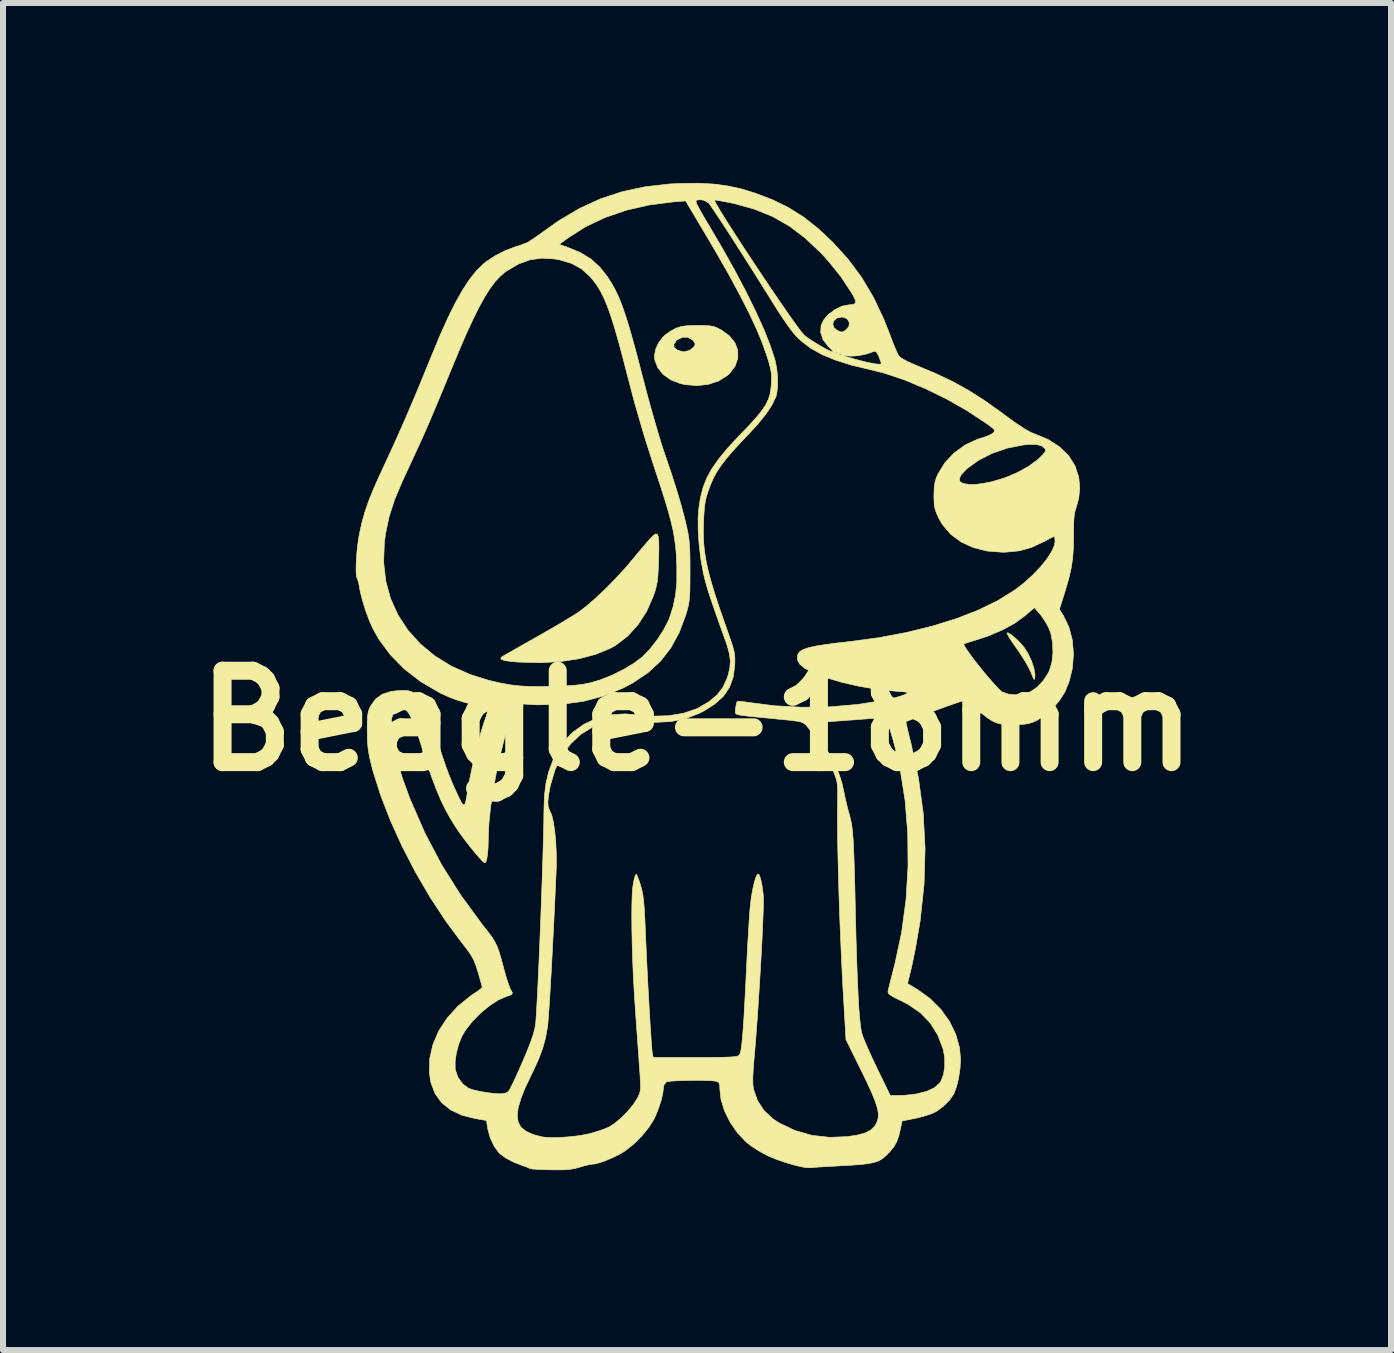
<source format=kicad_pcb>
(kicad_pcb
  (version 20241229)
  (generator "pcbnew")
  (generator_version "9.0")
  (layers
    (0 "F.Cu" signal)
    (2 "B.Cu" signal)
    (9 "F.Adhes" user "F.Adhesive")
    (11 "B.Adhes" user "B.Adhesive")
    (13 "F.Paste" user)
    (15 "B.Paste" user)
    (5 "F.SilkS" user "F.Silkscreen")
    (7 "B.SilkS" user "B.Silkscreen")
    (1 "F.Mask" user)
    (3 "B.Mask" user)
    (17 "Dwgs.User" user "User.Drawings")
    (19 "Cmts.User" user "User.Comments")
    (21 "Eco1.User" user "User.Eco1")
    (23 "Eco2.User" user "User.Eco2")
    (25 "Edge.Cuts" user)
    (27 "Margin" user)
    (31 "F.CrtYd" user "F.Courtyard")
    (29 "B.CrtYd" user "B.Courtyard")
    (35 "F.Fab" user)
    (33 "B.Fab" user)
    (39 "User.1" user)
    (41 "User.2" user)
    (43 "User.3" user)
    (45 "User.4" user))
  (footprint "Beagle-18mm"
    (layer "F.Cu")
    (at 8.571 8.967)
    (property "Reference" "Beagle-18mm" (at 0 0 0) (layer "F.SilkS") (effects (font (size 1.524 1.524) (thickness 0.3))))
    (attr through_hole)
    (fp_poly (pts (xy 5.195 -1.462) (xy 5.247 -1.428) (xy 5.312 -1.373) (xy 5.382 -1.306) (xy 5.444 -1.235) (xy 5.453 -1.224) (xy 5.52 -1.118) (xy 5.577 -0.996) (xy 5.617 -0.875) (xy 5.634 -0.771) (xy 5.634 -0.743) (xy 5.629 -0.699) (xy 5.621 -0.687) (xy 5.606 -0.713) (xy 5.578 -0.78) (xy 5.569 -0.805) (xy 5.53 -0.886) (xy 5.469 -0.993) (xy 5.395 -1.11) (xy 5.332 -1.202) (xy 5.263 -1.299) (xy 5.21 -1.381) (xy 5.176 -1.44) (xy 5.167 -1.467) (xy 5.167 -1.467) (xy 5.195 -1.462)) (stroke (width 0.01) (type solid)) (fill yes) (layer "F.SilkS"))
    (fp_poly (pts (xy -0.664 -3.111) (xy -0.647 -3.073) (xy -0.638 -2.997) (xy -0.636 -2.878) (xy -0.639 -2.714) (xy -0.64 -2.688) (xy -0.646 -2.532) (xy -0.653 -2.413) (xy -0.663 -2.32) (xy -0.679 -2.24) (xy -0.701 -2.159) (xy -0.728 -2.08) (xy -0.838 -1.828) (xy -0.982 -1.604) (xy -1.155 -1.413) (xy -1.351 -1.262) (xy -1.447 -1.207) (xy -1.689 -1.108) (xy -1.969 -1.034) (xy -2.279 -0.987) (xy -2.612 -0.968) (xy -2.962 -0.978) (xy -3.09 -0.988) (xy -3.201 -1.003) (xy -3.261 -1.023) (xy -3.273 -1.047) (xy -3.25 -1.068) (xy -3.219 -1.087) (xy -3.149 -1.127) (xy -3.048 -1.184) (xy -2.923 -1.256) (xy -2.779 -1.337) (xy -2.667 -1.4) (xy -2.505 -1.493) (xy -2.347 -1.584) (xy -2.203 -1.67) (xy -2.081 -1.744) (xy -1.99 -1.801) (xy -1.956 -1.825) (xy -1.827 -1.925) (xy -1.677 -2.057) (xy -1.515 -2.21) (xy -1.353 -2.376) (xy -1.198 -2.544) (xy -1.084 -2.679) (xy -0.995 -2.786) (xy -0.908 -2.889) (xy -0.834 -2.976) (xy -0.783 -3.034) (xy -0.73 -3.088) (xy -0.691 -3.114) (xy -0.664 -3.111)) (stroke (width 0.01) (type solid)) (fill yes) (layer "F.SilkS"))
    (fp_poly (pts (xy 0.123 -6.59) (xy 0.209 -6.585) (xy 0.274 -6.574) (xy 0.331 -6.553) (xy 0.395 -6.52) (xy 0.405 -6.515) (xy 0.54 -6.417) (xy 0.632 -6.302) (xy 0.679 -6.176) (xy 0.68 -6.045) (xy 0.636 -5.915) (xy 0.544 -5.792) (xy 0.506 -5.757) (xy 0.363 -5.667) (xy 0.192 -5.61) (xy 0.002 -5.588) (xy -0.196 -5.604) (xy -0.284 -5.624) (xy -0.439 -5.685) (xy -0.564 -5.774) (xy -0.654 -5.886) (xy -0.703 -6.012) (xy -0.71 -6.083) (xy -0.69 -6.194) (xy -0.652 -6.276) (xy -0.387 -6.276) (xy -0.381 -6.223) (xy -0.325 -6.178) (xy -0.322 -6.177) (xy -0.223 -6.15) (xy -0.133 -6.173) (xy -0.092 -6.199) (xy -0.04 -6.248) (xy -0.031 -6.289) (xy -0.063 -6.336) (xy -0.076 -6.35) (xy -0.152 -6.394) (xy -0.24 -6.395) (xy -0.324 -6.356) (xy -0.344 -6.339) (xy -0.387 -6.276) (xy -0.652 -6.276) (xy -0.637 -6.308) (xy -0.562 -6.404) (xy -0.53 -6.433) (xy -0.433 -6.501) (xy -0.349 -6.546) (xy -0.262 -6.574) (xy -0.158 -6.587) (xy -0.021 -6.591) (xy 0 -6.591) (xy 0.123 -6.59)) (stroke (width 0.01) (type solid)) (fill yes) (layer "F.SilkS"))
    (fp_poly (pts (xy 0.269 -8.949) (xy 0.497 -8.92) (xy 0.719 -8.873) (xy 0.948 -8.804) (xy 0.955 -8.802) (xy 1.256 -8.688) (xy 1.525 -8.556) (xy 1.775 -8.399) (xy 2.018 -8.208) (xy 2.262 -7.978) (xy 2.52 -7.694) (xy 2.745 -7.391) (xy 2.942 -7.059) (xy 3.115 -6.693) (xy 3.224 -6.415) (xy 3.267 -6.3) (xy 3.309 -6.198) (xy 3.343 -6.121) (xy 3.361 -6.087) (xy 3.411 -6.043) (xy 3.51 -5.989) (xy 3.658 -5.924) (xy 3.675 -5.917) (xy 3.988 -5.786) (xy 4.267 -5.653) (xy 4.527 -5.509) (xy 4.786 -5.344) (xy 5.057 -5.152) (xy 5.119 -5.105) (xy 5.303 -4.971) (xy 5.452 -4.872) (xy 5.565 -4.809) (xy 5.619 -4.787) (xy 5.851 -4.691) (xy 6.043 -4.568) (xy 6.194 -4.421) (xy 6.302 -4.251) (xy 6.364 -4.061) (xy 6.381 -3.886) (xy 6.364 -3.71) (xy 6.329 -3.581) (xy 6.307 -3.515) (xy 6.292 -3.445) (xy 6.283 -3.361) (xy 6.279 -3.251) (xy 6.278 -3.102) (xy 6.278 -3.086) (xy 6.275 -2.889) (xy 6.263 -2.718) (xy 6.24 -2.556) (xy 6.202 -2.387) (xy 6.147 -2.194) (xy 6.119 -2.104) (xy 6.041 -1.859) (xy 6.106 -1.757) (xy 6.2 -1.563) (xy 6.257 -1.345) (xy 6.276 -1.113) (xy 6.258 -0.876) (xy 6.202 -0.647) (xy 6.132 -0.478) (xy 6.041 -0.335) (xy 5.92 -0.197) (xy 5.786 -0.08) (xy 5.667 -0.007) (xy 5.591 0.027) (xy 5.522 0.048) (xy 5.444 0.059) (xy 5.339 0.063) (xy 5.283 0.063) (xy 5.161 0.061) (xy 5.073 0.054) (xy 5.004 0.038) (xy 4.938 0.01) (xy 4.92 0.001) (xy 4.84 -0.05) (xy 4.747 -0.123) (xy 4.656 -0.205) (xy 4.582 -0.284) (xy 4.543 -0.337) (xy 4.529 -0.347) (xy 4.5 -0.348) (xy 4.449 -0.337) (xy 4.371 -0.314) (xy 4.261 -0.276) (xy 4.112 -0.223) (xy 4.007 -0.184) (xy 3.856 -0.128) (xy 3.721 -0.077) (xy 3.61 -0.035) (xy 3.53 -0.005) (xy 3.488 0.012) (xy 3.484 0.014) (xy 3.487 0.04) (xy 3.501 0.106) (xy 3.523 0.203) (xy 3.553 0.323) (xy 3.566 0.373) (xy 3.692 0.958) (xy 3.771 1.542) (xy 3.802 2.131) (xy 3.785 2.727) (xy 3.72 3.334) (xy 3.644 3.782) (xy 3.616 3.919) (xy 3.588 4.052) (xy 3.563 4.165) (xy 3.544 4.241) (xy 3.525 4.316) (xy 3.514 4.368) (xy 3.512 4.382) (xy 3.535 4.396) (xy 3.59 4.429) (xy 3.666 4.474) (xy 3.671 4.477) (xy 3.882 4.629) (xy 4.063 4.809) (xy 4.208 5.01) (xy 4.314 5.228) (xy 4.377 5.454) (xy 4.393 5.639) (xy 4.385 5.797) (xy 4.361 5.959) (xy 4.325 6.106) (xy 4.281 6.221) (xy 4.279 6.224) (xy 4.209 6.325) (xy 4.108 6.426) (xy 3.994 6.51) (xy 3.956 6.531) (xy 3.88 6.562) (xy 3.774 6.595) (xy 3.659 6.624) (xy 3.634 6.629) (xy 3.418 6.673) (xy 3.398 6.772) (xy 3.366 6.913) (xy 3.329 7.02) (xy 3.279 7.106) (xy 3.219 7.18) (xy 3.155 7.246) (xy 3.096 7.297) (xy 3.033 7.335) (xy 2.957 7.362) (xy 2.862 7.382) (xy 2.738 7.397) (xy 2.577 7.409) (xy 2.434 7.417) (xy 2.278 7.426) (xy 2.136 7.434) (xy 2.017 7.441) (xy 1.931 7.448) (xy 1.887 7.452) (xy 1.886 7.452) (xy 1.818 7.45) (xy 1.716 7.431) (xy 1.592 7.399) (xy 1.456 7.358) (xy 1.321 7.311) (xy 1.2 7.261) (xy 1.156 7.24) (xy 1.042 7.178) (xy 0.927 7.105) (xy 0.833 7.035) (xy 0.821 7.024) (xy 0.674 6.87) (xy 0.551 6.692) (xy 0.457 6.501) (xy 0.399 6.309) (xy 0.381 6.147) (xy 0.378 6.071) (xy 0.363 6.032) (xy 0.332 6.013) (xy 0.324 6.01) (xy 0.268 6.003) (xy 0.177 5.998) (xy 0.061 5.995) (xy -0.068 5.995) (xy -0.198 5.997) (xy -0.32 6.001) (xy -0.42 6.007) (xy -0.488 6.015) (xy -0.51 6.021) (xy -0.55 6.068) (xy -0.559 6.112) (xy -0.57 6.208) (xy -0.599 6.331) (xy -0.643 6.466) (xy -0.695 6.594) (xy -0.716 6.639) (xy -0.804 6.78) (xy -0.926 6.928) (xy -1.066 7.066) (xy -1.203 7.173) (xy -1.298 7.23) (xy -1.412 7.286) (xy -1.53 7.336) (xy -1.638 7.372) (xy -1.721 7.391) (xy -1.737 7.391) (xy -1.792 7.399) (xy -1.876 7.419) (xy -1.955 7.442) (xy -2.035 7.464) (xy -2.116 7.478) (xy -2.213 7.486) (xy -2.339 7.487) (xy -2.442 7.486) (xy -2.566 7.483) (xy -2.672 7.478) (xy -2.749 7.472) (xy -2.787 7.465) (xy -2.789 7.464) (xy -2.823 7.447) (xy -2.885 7.424) (xy -2.908 7.416) (xy -3.053 7.361) (xy -3.185 7.291) (xy -3.287 7.217) (xy -3.307 7.197) (xy -3.384 7.09) (xy -3.448 6.952) (xy -3.489 6.805) (xy -3.493 6.78) (xy -3.51 6.664) (xy -3.693 6.633) (xy -3.898 6.582) (xy -2.997 6.582) (xy -2.983 6.685) (xy -2.942 6.767) (xy -2.933 6.778) (xy -2.852 6.843) (xy -2.734 6.898) (xy -2.592 6.935) (xy -2.54 6.943) (xy -2.421 6.95) (xy -2.271 6.946) (xy -2.106 6.934) (xy -1.946 6.914) (xy -1.807 6.887) (xy -1.788 6.883) (xy -1.675 6.85) (xy -1.564 6.813) (xy -1.479 6.779) (xy -1.474 6.777) (xy -1.376 6.715) (xy -1.266 6.623) (xy -1.157 6.513) (xy -1.063 6.4) (xy -0.996 6.296) (xy -0.991 6.287) (xy -0.969 6.241) (xy -0.954 6.2) (xy -0.945 6.156) (xy -0.942 6.099) (xy -0.944 6.019) (xy -0.95 5.909) (xy -0.961 5.758) (xy -0.963 5.73) (xy -0.975 5.555) (xy -0.99 5.348) (xy -1.006 5.13) (xy -1.021 4.918) (xy -1.03 4.788) (xy -1.047 4.526) (xy -1.062 4.257) (xy -1.073 3.99) (xy -1.081 3.73) (xy -1.086 3.484) (xy -1.088 3.259) (xy -1.086 3.063) (xy -1.081 2.9) (xy -1.072 2.78) (xy -1.067 2.746) (xy -1.049 2.649) (xy -1.031 2.583) (xy -1.016 2.558) (xy -1.012 2.559) (xy -0.994 2.593) (xy -0.968 2.662) (xy -0.939 2.751) (xy -0.937 2.758) (xy -0.917 2.833) (xy -0.901 2.919) (xy -0.888 3.023) (xy -0.878 3.155) (xy -0.869 3.322) (xy -0.863 3.467) (xy -0.854 3.675) (xy -0.844 3.896) (xy -0.833 4.126) (xy -0.821 4.358) (xy -0.809 4.586) (xy -0.797 4.803) (xy -0.785 5.004) (xy -0.774 5.181) (xy -0.764 5.33) (xy -0.756 5.442) (xy -0.749 5.514) (xy -0.746 5.531) (xy -0.731 5.613) (xy -0.033 5.613) (xy 0.179 5.613) (xy 0.345 5.612) (xy 0.472 5.609) (xy 0.565 5.605) (xy 0.63 5.599) (xy 0.672 5.591) (xy 0.696 5.581) (xy 0.702 5.575) (xy 0.715 5.555) (xy 0.727 5.518) (xy 0.738 5.46) (xy 0.748 5.377) (xy 0.759 5.267) (xy 0.77 5.125) (xy 0.782 4.948) (xy 0.794 4.731) (xy 0.808 4.472) (xy 0.823 4.166) (xy 0.825 4.128) (xy 0.835 3.918) (xy 0.846 3.712) (xy 0.858 3.518) (xy 0.868 3.346) (xy 0.878 3.205) (xy 0.886 3.103) (xy 0.888 3.086) (xy 0.905 2.943) (xy 0.929 2.809) (xy 0.955 2.693) (xy 0.982 2.607) (xy 1.008 2.559) (xy 1.013 2.555) (xy 1.034 2.566) (xy 1.056 2.62) (xy 1.077 2.709) (xy 1.095 2.823) (xy 1.106 2.921) (xy 1.107 2.988) (xy 1.106 3.1) (xy 1.101 3.25) (xy 1.093 3.432) (xy 1.084 3.641) (xy 1.072 3.87) (xy 1.058 4.113) (xy 1.043 4.365) (xy 1.027 4.618) (xy 1.011 4.867) (xy 0.994 5.106) (xy 0.977 5.328) (xy 0.961 5.528) (xy 0.952 5.623) (xy 0.937 5.808) (xy 0.93 5.951) (xy 0.931 6.056) (xy 0.939 6.132) (xy 0.941 6.14) (xy 1.008 6.332) (xy 1.116 6.498) (xy 1.267 6.638) (xy 1.368 6.704) (xy 1.633 6.831) (xy 1.916 6.912) (xy 2.214 6.945) (xy 2.501 6.933) (xy 2.67 6.908) (xy 2.798 6.874) (xy 2.89 6.828) (xy 2.956 6.766) (xy 2.976 6.738) (xy 3.006 6.677) (xy 3.022 6.613) (xy 3.022 6.539) (xy 3.004 6.448) (xy 2.968 6.337) (xy 2.911 6.197) (xy 2.832 6.025) (xy 2.742 5.839) (xy 2.483 5.314) (xy 2.435 4.492) (xy 2.42 4.212) (xy 2.406 3.909) (xy 2.392 3.59) (xy 2.379 3.264) (xy 2.368 2.936) (xy 2.359 2.616) (xy 2.351 2.311) (xy 2.345 2.028) (xy 2.342 1.774) (xy 2.341 1.558) (xy 2.343 1.422) (xy 2.345 1.273) (xy 2.345 1.162) (xy 2.341 1.08) (xy 2.332 1.014) (xy 2.316 0.954) (xy 2.292 0.887) (xy 2.266 0.821) (xy 2.211 0.7) (xy 2.139 0.561) (xy 2.056 0.417) (xy 1.972 0.28) (xy 1.893 0.165) (xy 1.826 0.083) (xy 1.825 0.081) (xy 1.799 0.056) (xy 1.789 0.049) (xy 1.917 0.049) (xy 1.925 0.083) (xy 1.955 0.141) (xy 2.006 0.228) (xy 2.082 0.35) (xy 2.109 0.393) (xy 2.222 0.582) (xy 2.308 0.746) (xy 2.371 0.896) (xy 2.417 1.045) (xy 2.448 1.183) (xy 2.475 1.31) (xy 2.507 1.446) (xy 2.537 1.557) (xy 2.553 1.613) (xy 2.566 1.67) (xy 2.578 1.732) (xy 2.588 1.805) (xy 2.596 1.893) (xy 2.604 2.001) (xy 2.611 2.132) (xy 2.617 2.292) (xy 2.623 2.485) (xy 2.63 2.716) (xy 2.636 2.989) (xy 2.642 3.264) (xy 2.652 3.664) (xy 2.663 4.014) (xy 2.674 4.318) (xy 2.686 4.577) (xy 2.698 4.792) (xy 2.712 4.966) (xy 2.727 5.1) (xy 2.743 5.196) (xy 2.746 5.207) (xy 2.765 5.265) (xy 2.803 5.36) (xy 2.856 5.481) (xy 2.919 5.621) (xy 2.99 5.769) (xy 2.997 5.785) (xy 3.222 6.248) (xy 3.357 6.248) (xy 3.46 6.244) (xy 3.58 6.232) (xy 3.654 6.222) (xy 3.828 6.179) (xy 3.961 6.116) (xy 4.051 6.033) (xy 4.063 6.015) (xy 4.108 5.904) (xy 4.13 5.765) (xy 4.129 5.615) (xy 4.103 5.472) (xy 4.103 5.471) (xy 4.013 5.238) (xy 3.889 5.039) (xy 3.727 4.871) (xy 3.524 4.731) (xy 3.401 4.667) (xy 3.295 4.615) (xy 3.228 4.577) (xy 3.193 4.548) (xy 3.183 4.522) (xy 3.184 4.508) (xy 3.194 4.467) (xy 3.214 4.386) (xy 3.242 4.276) (xy 3.275 4.145) (xy 3.296 4.064) (xy 3.41 3.534) (xy 3.484 2.987) (xy 3.518 2.432) (xy 3.513 1.878) (xy 3.469 1.332) (xy 3.386 0.804) (xy 3.315 0.495) (xy 3.265 0.305) (xy 3.222 0.161) (xy 3.186 0.058) (xy 3.153 -0.009) (xy 3.124 -0.043) (xy 3.102 -0.05) (xy 3.065 -0.048) (xy 2.985 -0.043) (xy 2.872 -0.035) (xy 2.735 -0.025) (xy 2.582 -0.013) (xy 2.578 -0.013) (xy 2.42 -0.001) (xy 2.272 0.009) (xy 2.146 0.018) (xy 2.05 0.023) (xy 1.998 0.025) (xy 1.955 0.026) (xy 1.927 0.032) (xy 1.917 0.049) (xy 1.789 0.049) (xy 1.772 0.037) (xy 1.734 0.021) (xy 1.679 0.009) (xy 1.598 -0.003) (xy 1.483 -0.015) (xy 1.328 -0.03) (xy 1.292 -0.034) (xy 1.136 -0.049) (xy 0.991 -0.063) (xy 0.867 -0.076) (xy 0.774 -0.087) (xy 0.727 -0.093) (xy 0.665 -0.106) (xy 0.639 -0.128) (xy 0.639 -0.176) (xy 0.643 -0.209) (xy 0.654 -0.276) (xy 0.667 -0.318) (xy 0.67 -0.322) (xy 0.7 -0.325) (xy 0.765 -0.32) (xy 0.843 -0.308) (xy 1.285 -0.251) (xy 1.748 -0.226) (xy 2.216 -0.233) (xy 2.677 -0.272) (xy 3.114 -0.341) (xy 3.18 -0.355) (xy 3.289 -0.382) (xy 3.387 -0.409) (xy 3.457 -0.434) (xy 3.472 -0.44) (xy 3.502 -0.458) (xy 3.508 -0.47) (xy 3.483 -0.478) (xy 3.42 -0.485) (xy 3.314 -0.493) (xy 3.009 -0.524) (xy 2.704 -0.575) (xy 2.411 -0.642) (xy 2.144 -0.722) (xy 1.921 -0.81) (xy 1.792 -0.878) (xy 1.712 -0.944) (xy 1.677 -1.009) (xy 1.676 -1.016) (xy 1.673 -1.071) (xy 1.685 -1.117) (xy 1.717 -1.156) (xy 1.772 -1.189) (xy 1.855 -1.218) (xy 1.971 -1.244) (xy 2.125 -1.269) (xy 2.211 -1.28) (xy 4.448 -1.28) (xy 4.455 -1.254) (xy 4.489 -1.197) (xy 4.546 -1.116) (xy 4.618 -1.019) (xy 4.702 -0.912) (xy 4.79 -0.803) (xy 4.878 -0.699) (xy 4.958 -0.608) (xy 5.026 -0.535) (xy 5.076 -0.49) (xy 5.087 -0.482) (xy 5.187 -0.445) (xy 5.312 -0.433) (xy 5.443 -0.446) (xy 5.55 -0.479) (xy 5.665 -0.555) (xy 5.773 -0.668) (xy 5.861 -0.807) (xy 5.875 -0.836) (xy 5.916 -0.971) (xy 5.934 -1.133) (xy 5.928 -1.302) (xy 5.898 -1.459) (xy 5.864 -1.549) (xy 5.811 -1.647) (xy 5.747 -1.743) (xy 5.711 -1.787) (xy 5.625 -1.886) (xy 5.473 -1.755) (xy 5.301 -1.629) (xy 5.089 -1.513) (xy 4.848 -1.412) (xy 4.686 -1.358) (xy 4.586 -1.327) (xy 4.506 -1.302) (xy 4.457 -1.285) (xy 4.448 -1.28) (xy 2.211 -1.28) (xy 2.32 -1.295) (xy 2.553 -1.321) (xy 3.035 -1.386) (xy 3.494 -1.473) (xy 3.925 -1.579) (xy 4.324 -1.703) (xy 4.687 -1.844) (xy 5.01 -2.001) (xy 5.288 -2.173) (xy 5.296 -2.178) (xy 5.452 -2.299) (xy 5.597 -2.43) (xy 5.726 -2.565) (xy 5.833 -2.698) (xy 5.913 -2.821) (xy 5.959 -2.928) (xy 5.969 -2.988) (xy 5.965 -3.046) (xy 5.956 -3.073) (xy 5.954 -3.073) (xy 5.926 -3.062) (xy 5.866 -3.032) (xy 5.788 -2.989) (xy 5.783 -2.987) (xy 5.576 -2.89) (xy 5.371 -2.833) (xy 5.146 -2.811) (xy 5.093 -2.81) (xy 4.838 -2.83) (xy 4.606 -2.888) (xy 4.402 -2.982) (xy 4.23 -3.109) (xy 4.093 -3.269) (xy 4.033 -3.372) (xy 3.991 -3.464) (xy 3.966 -3.54) (xy 3.954 -3.619) (xy 3.95 -3.723) (xy 3.95 -3.759) (xy 3.954 -3.88) (xy 3.966 -3.971) (xy 3.986 -4.039) (xy 4.373 -4.039) (xy 4.384 -3.987) (xy 4.443 -3.954) (xy 4.549 -3.939) (xy 4.585 -3.938) (xy 4.671 -3.944) (xy 4.784 -3.96) (xy 4.903 -3.983) (xy 4.928 -3.989) (xy 5.137 -4.052) (xy 5.342 -4.139) (xy 5.526 -4.241) (xy 5.677 -4.351) (xy 5.694 -4.367) (xy 5.764 -4.435) (xy 5.801 -4.481) (xy 5.811 -4.513) (xy 5.802 -4.537) (xy 5.749 -4.583) (xy 5.657 -4.607) (xy 5.524 -4.607) (xy 5.436 -4.598) (xy 5.172 -4.546) (xy 4.92 -4.459) (xy 4.693 -4.343) (xy 4.5 -4.203) (xy 4.493 -4.196) (xy 4.409 -4.109) (xy 4.373 -4.039) (xy 3.986 -4.039) (xy 3.99 -4.051) (xy 4.017 -4.115) (xy 4.132 -4.301) (xy 4.285 -4.464) (xy 4.468 -4.597) (xy 4.671 -4.692) (xy 4.74 -4.713) (xy 4.83 -4.743) (xy 4.904 -4.776) (xy 4.941 -4.802) (xy 4.959 -4.826) (xy 4.956 -4.85) (xy 4.927 -4.881) (xy 4.866 -4.929) (xy 4.821 -4.96) (xy 4.5 -5.172) (xy 4.159 -5.366) (xy 3.809 -5.537) (xy 3.462 -5.682) (xy 3.126 -5.795) (xy 2.877 -5.857) (xy 2.569 -5.931) (xy 2.306 -6.014) (xy 2.13 -6.087) (xy 2.454 -6.087) (xy 2.468 -6.078) (xy 2.523 -6.06) (xy 2.623 -6.032) (xy 2.705 -6.009) (xy 2.843 -5.975) (xy 2.954 -5.953) (xy 3.032 -5.944) (xy 3.07 -5.95) (xy 3.073 -5.956) (xy 3.065 -5.985) (xy 3.043 -6.043) (xy 3.032 -6.072) (xy 3 -6.137) (xy 2.971 -6.161) (xy 2.949 -6.157) (xy 2.827 -6.116) (xy 2.696 -6.088) (xy 2.577 -6.079) (xy 2.54 -6.081) (xy 2.479 -6.087) (xy 2.454 -6.087) (xy 2.13 -6.087) (xy 2.082 -6.107) (xy 2.071 -6.113) (xy 2.371 -6.113) (xy 2.374 -6.098) (xy 2.388 -6.096) (xy 2.409 -6.105) (xy 2.405 -6.113) (xy 2.374 -6.116) (xy 2.371 -6.113) (xy 2.071 -6.113) (xy 2.033 -6.134) (xy 2.311 -6.134) (xy 2.324 -6.121) (xy 2.337 -6.134) (xy 2.324 -6.147) (xy 2.311 -6.134) (xy 2.033 -6.134) (xy 1.893 -6.213) (xy 1.733 -6.335) (xy 1.66 -6.405) (xy 1.601 -6.474) (xy 1.524 -6.576) (xy 1.438 -6.699) (xy 1.35 -6.833) (xy 1.302 -6.909) (xy 1.196 -7.08) (xy 1.081 -7.263) (xy 0.961 -7.454) (xy 0.839 -7.646) (xy 0.719 -7.836) (xy 0.603 -8.017) (xy 0.495 -8.184) (xy 0.398 -8.332) (xy 0.316 -8.457) (xy 0.252 -8.551) (xy 0.21 -8.612) (xy 0.196 -8.63) (xy 0.118 -8.678) (xy 0.097 -8.681) (xy 0.291 -8.681) (xy 0.299 -8.656) (xy 0.333 -8.593) (xy 0.39 -8.498) (xy 0.466 -8.375) (xy 0.558 -8.23) (xy 0.663 -8.066) (xy 0.778 -7.889) (xy 0.9 -7.704) (xy 1.026 -7.515) (xy 1.151 -7.327) (xy 1.275 -7.144) (xy 1.392 -6.972) (xy 1.501 -6.815) (xy 1.597 -6.678) (xy 1.678 -6.566) (xy 1.74 -6.484) (xy 1.781 -6.435) (xy 1.784 -6.432) (xy 1.837 -6.39) (xy 1.916 -6.336) (xy 2.008 -6.279) (xy 2.103 -6.224) (xy 2.187 -6.179) (xy 2.248 -6.152) (xy 2.268 -6.147) (xy 2.263 -6.163) (xy 2.228 -6.202) (xy 2.188 -6.242) (xy 2.102 -6.352) (xy 2.062 -6.472) (xy 2.068 -6.591) (xy 2.079 -6.613) (xy 2.263 -6.613) (xy 2.282 -6.554) (xy 2.337 -6.51) (xy 2.392 -6.484) (xy 2.427 -6.482) (xy 2.468 -6.506) (xy 2.484 -6.517) (xy 2.532 -6.574) (xy 2.539 -6.638) (xy 2.51 -6.694) (xy 2.448 -6.727) (xy 2.413 -6.731) (xy 2.332 -6.714) (xy 2.281 -6.67) (xy 2.263 -6.613) (xy 2.079 -6.613) (xy 2.114 -6.686) (xy 2.197 -6.779) (xy 2.303 -6.858) (xy 2.418 -6.913) (xy 2.527 -6.934) (xy 2.605 -6.941) (xy 2.642 -6.963) (xy 2.642 -7.008) (xy 2.607 -7.084) (xy 2.59 -7.114) (xy 2.404 -7.398) (xy 2.187 -7.668) (xy 2.06 -7.805) (xy 1.802 -8.049) (xy 1.539 -8.248) (xy 1.262 -8.406) (xy 0.961 -8.529) (xy 0.629 -8.621) (xy 0.555 -8.637) (xy 0.448 -8.658) (xy 0.361 -8.673) (xy 0.306 -8.681) (xy 0.291 -8.681) (xy 0.097 -8.681) (xy 0.057 -8.687) (xy 0.00032 -8.683) (xy -0.018 -8.665) (xy -0.012 -8.632) (xy 0.008 -8.591) (xy 0.048 -8.516) (xy 0.104 -8.418) (xy 0.169 -8.307) (xy 0.181 -8.288) (xy 0.414 -7.893) (xy 0.626 -7.515) (xy 0.814 -7.159) (xy 0.977 -6.828) (xy 1.114 -6.526) (xy 1.221 -6.256) (xy 1.298 -6.022) (xy 1.327 -5.884) (xy 1.343 -5.733) (xy 1.344 -5.586) (xy 1.33 -5.46) (xy 1.317 -5.408) (xy 1.253 -5.272) (xy 1.15 -5.115) (xy 1.011 -4.943) (xy 0.903 -4.826) (xy 0.734 -4.647) (xy 0.596 -4.497) (xy 0.486 -4.368) (xy 0.399 -4.254) (xy 0.329 -4.149) (xy 0.273 -4.046) (xy 0.226 -3.939) (xy 0.186 -3.831) (xy 0.156 -3.738) (xy 0.136 -3.647) (xy 0.122 -3.542) (xy 0.113 -3.41) (xy 0.108 -3.302) (xy 0.105 -3.144) (xy 0.109 -2.995) (xy 0.122 -2.847) (xy 0.145 -2.695) (xy 0.179 -2.532) (xy 0.226 -2.35) (xy 0.287 -2.145) (xy 0.364 -1.908) (xy 0.459 -1.635) (xy 0.507 -1.499) (xy 0.557 -1.355) (xy 0.593 -1.248) (xy 0.615 -1.166) (xy 0.627 -1.097) (xy 0.631 -1.03) (xy 0.63 -0.953) (xy 0.629 -0.924) (xy 0.603 -0.729) (xy 0.542 -0.56) (xy 0.442 -0.412) (xy 0.301 -0.282) (xy 0.114 -0.164) (xy 0.039 -0.126) (xy -0.185 -0.038) (xy -0.428 0.012) (xy -0.694 0.026) (xy -0.99 0.004) (xy -1.029 -0.002) (xy -1.281 -0.013) (xy -1.518 0.022) (xy -1.737 0.102) (xy -1.934 0.223) (xy -2.107 0.384) (xy -2.252 0.581) (xy -2.366 0.812) (xy -2.444 1.074) (xy -2.449 1.097) (xy -2.476 1.243) (xy -2.487 1.351) (xy -2.482 1.429) (xy -2.462 1.489) (xy -2.451 1.508) (xy -2.42 1.581) (xy -2.394 1.696) (xy -2.372 1.843) (xy -2.356 2.013) (xy -2.347 2.197) (xy -2.345 2.387) (xy -2.348 2.489) (xy -2.361 2.779) (xy -2.374 3.072) (xy -2.388 3.365) (xy -2.403 3.652) (xy -2.417 3.927) (xy -2.431 4.186) (xy -2.445 4.423) (xy -2.457 4.633) (xy -2.469 4.812) (xy -2.479 4.953) (xy -2.487 5.052) (xy -2.491 5.09) (xy -2.524 5.28) (xy -2.573 5.459) (xy -2.642 5.644) (xy -2.737 5.851) (xy -2.756 5.888) (xy -2.862 6.111) (xy -2.937 6.299) (xy -2.982 6.454) (xy -2.997 6.582) (xy -3.898 6.582) (xy -3.921 6.576) (xy -4.11 6.486) (xy -4.259 6.366) (xy -4.368 6.214) (xy -4.437 6.031) (xy -4.462 5.873) (xy -4.457 5.635) (xy -4.404 5.399) (xy -4.306 5.171) (xy -4.166 4.956) (xy -3.988 4.76) (xy -3.775 4.587) (xy -3.742 4.565) (xy -3.665 4.513) (xy -3.608 4.47) (xy -3.582 4.445) (xy -3.581 4.443) (xy -3.588 4.413) (xy -3.607 4.345) (xy -3.633 4.252) (xy -3.652 4.188) (xy -3.687 4.078) (xy -3.721 3.992) (xy -3.764 3.913) (xy -3.823 3.827) (xy -3.906 3.719) (xy -3.915 3.708) (xy -4.188 3.341) (xy -4.449 2.944) (xy -4.693 2.526) (xy -4.915 2.097) (xy -5.111 1.665) (xy -5.275 1.241) (xy -5.404 0.834) (xy -5.426 0.749) (xy -5.461 0.601) (xy -5.483 0.473) (xy -5.495 0.344) (xy -5.498 0.189) (xy -5.498 0.165) (xy -5.498 0.091) (xy -5.101 0.091) (xy -5.088 0.263) (xy -5.052 0.467) (xy -4.992 0.701) (xy -4.91 0.963) (xy -4.806 1.248) (xy -4.784 1.306) (xy -4.539 1.867) (xy -4.261 2.396) (xy -3.943 2.902) (xy -3.581 3.397) (xy -3.555 3.429) (xy -3.475 3.531) (xy -3.415 3.612) (xy -3.37 3.685) (xy -3.334 3.76) (xy -3.301 3.849) (xy -3.267 3.964) (xy -3.226 4.115) (xy -3.223 4.128) (xy -3.189 4.249) (xy -3.156 4.357) (xy -3.127 4.438) (xy -3.108 4.482) (xy -3.107 4.482) (xy -3.08 4.529) (xy -3.084 4.558) (xy -3.127 4.579) (xy -3.171 4.593) (xy -3.31 4.653) (xy -3.459 4.75) (xy -3.608 4.872) (xy -3.744 5.011) (xy -3.858 5.155) (xy -3.924 5.267) (xy -3.975 5.397) (xy -4.013 5.542) (xy -4.033 5.682) (xy -4.032 5.801) (xy -4.029 5.82) (xy -3.985 5.946) (xy -3.907 6.054) (xy -3.809 6.127) (xy -3.728 6.155) (xy -3.612 6.181) (xy -3.476 6.203) (xy -3.335 6.217) (xy -3.274 6.22) (xy -3.187 6.207) (xy -3.142 6.178) (xy -3.12 6.142) (xy -3.082 6.066) (xy -3.031 5.96) (xy -2.973 5.832) (xy -2.91 5.689) (xy -2.907 5.682) (xy -2.828 5.495) (xy -2.77 5.345) (xy -2.729 5.225) (xy -2.704 5.128) (xy -2.692 5.06) (xy -2.685 4.982) (xy -2.677 4.859) (xy -2.668 4.696) (xy -2.657 4.5) (xy -2.647 4.275) (xy -2.635 4.028) (xy -2.624 3.763) (xy -2.613 3.487) (xy -2.602 3.205) (xy -2.592 2.923) (xy -2.582 2.647) (xy -2.573 2.382) (xy -2.566 2.133) (xy -2.56 1.907) (xy -2.555 1.708) (xy -2.553 1.543) (xy -2.552 1.486) (xy -2.544 1.247) (xy -2.518 1.041) (xy -2.474 0.854) (xy -2.406 0.669) (xy -2.36 0.567) (xy -2.237 0.365) (xy -2.077 0.195) (xy -1.887 0.059) (xy -1.673 -0.041) (xy -1.441 -0.1) (xy -1.198 -0.115) (xy -1.054 -0.103) (xy -0.753 -0.077) (xy -0.477 -0.084) (xy -0.23 -0.124) (xy -0.017 -0.196) (xy 0.024 -0.215) (xy 0.2 -0.319) (xy 0.334 -0.431) (xy 0.432 -0.558) (xy 0.502 -0.711) (xy 0.519 -0.763) (xy 0.547 -0.883) (xy 0.555 -0.995) (xy 0.541 -1.113) (xy 0.503 -1.251) (xy 0.471 -1.346) (xy 0.385 -1.585) (xy 0.315 -1.782) (xy 0.259 -1.944) (xy 0.214 -2.078) (xy 0.178 -2.189) (xy 0.151 -2.284) (xy 0.128 -2.369) (xy 0.109 -2.45) (xy 0.103 -2.475) (xy 0.063 -2.698) (xy 0.035 -2.935) (xy 0.019 -3.168) (xy 0.018 -3.383) (xy 0.028 -3.527) (xy 0.056 -3.714) (xy 0.099 -3.884) (xy 0.161 -4.044) (xy 0.246 -4.2) (xy 0.359 -4.362) (xy 0.503 -4.537) (xy 0.683 -4.732) (xy 0.724 -4.774) (xy 0.876 -4.932) (xy 0.994 -5.063) (xy 1.083 -5.174) (xy 1.148 -5.271) (xy 1.191 -5.362) (xy 1.219 -5.454) (xy 1.234 -5.554) (xy 1.239 -5.619) (xy 1.243 -5.71) (xy 1.239 -5.788) (xy 1.226 -5.868) (xy 1.202 -5.964) (xy 1.162 -6.091) (xy 1.157 -6.106) (xy 1.083 -6.313) (xy 0.987 -6.542) (xy 0.868 -6.798) (xy 0.723 -7.082) (xy 0.553 -7.399) (xy 0.354 -7.749) (xy 0.126 -8.138) (xy 0.118 -8.15) (xy -0.19 -8.667) (xy -0.406 -8.65) (xy -0.801 -8.599) (xy -1.179 -8.512) (xy -1.533 -8.391) (xy -1.856 -8.238) (xy -2.143 -8.056) (xy -2.297 -7.942) (xy -2.171 -7.899) (xy -1.951 -7.809) (xy -1.771 -7.7) (xy -1.62 -7.564) (xy -1.487 -7.394) (xy -1.487 -7.393) (xy -1.429 -7.302) (xy -1.376 -7.208) (xy -1.326 -7.107) (xy -1.277 -6.993) (xy -1.228 -6.862) (xy -1.177 -6.709) (xy -1.122 -6.528) (xy -1.061 -6.314) (xy -0.993 -6.062) (xy -0.917 -5.768) (xy -0.886 -5.652) (xy -0.829 -5.432) (xy -0.766 -5.204) (xy -0.702 -4.98) (xy -0.641 -4.77) (xy -0.584 -4.585) (xy -0.535 -4.437) (xy -0.529 -4.42) (xy -0.426 -4.117) (xy -0.341 -3.851) (xy -0.27 -3.612) (xy -0.21 -3.39) (xy -0.171 -3.226) (xy -0.151 -3.13) (xy -0.136 -3.038) (xy -0.126 -2.939) (xy -0.12 -2.822) (xy -0.117 -2.677) (xy -0.117 -2.492) (xy -0.117 -2.489) (xy -0.117 -2.315) (xy -0.119 -2.182) (xy -0.124 -2.079) (xy -0.132 -1.997) (xy -0.144 -1.926) (xy -0.161 -1.855) (xy -0.185 -1.774) (xy -0.187 -1.766) (xy -0.297 -1.472) (xy -0.436 -1.216) (xy -0.609 -0.994) (xy -0.819 -0.801) (xy -1.07 -0.632) (xy -1.232 -0.546) (xy -1.553 -0.414) (xy -1.901 -0.323) (xy -2.272 -0.274) (xy -2.66 -0.266) (xy -2.757 -0.271) (xy -3.014 -0.287) (xy -3.055 -0.186) (xy -3.135 0.038) (xy -3.212 0.298) (xy -3.284 0.581) (xy -3.348 0.876) (xy -3.402 1.172) (xy -3.444 1.456) (xy -3.47 1.717) (xy -3.48 1.942) (xy -3.48 1.943) (xy -3.483 2.102) (xy -3.493 2.228) (xy -3.508 2.317) (xy -3.527 2.364) (xy -3.544 2.368) (xy -3.582 2.335) (xy -3.642 2.269) (xy -3.718 2.18) (xy -3.801 2.077) (xy -3.885 1.968) (xy -3.962 1.863) (xy -4.02 1.778) (xy -4.111 1.631) (xy -4.195 1.48) (xy -4.273 1.319) (xy -4.349 1.138) (xy -4.427 0.931) (xy -4.509 0.69) (xy -4.599 0.408) (xy -4.611 0.368) (xy -4.676 0.167) (xy -4.735 0.013) (xy -4.789 -0.099) (xy -4.841 -0.171) (xy -4.894 -0.208) (xy -4.95 -0.214) (xy -4.997 -0.198) (xy -5.056 -0.142) (xy -5.091 -0.045) (xy -5.101 0.091) (xy -5.498 0.091) (xy -5.498 0.03) (xy -5.494 -0.066) (xy -5.484 -0.135) (xy -5.469 -0.19) (xy -5.444 -0.242) (xy -5.441 -0.248) (xy -5.357 -0.364) (xy -5.246 -0.443) (xy -5.103 -0.489) (xy -4.992 -0.502) (xy -4.887 -0.507) (xy -4.815 -0.501) (xy -4.759 -0.484) (xy -4.72 -0.462) (xy -4.64 -0.393) (xy -4.564 -0.285) (xy -4.489 -0.135) (xy -4.415 0.061) (xy -4.369 0.203) (xy -4.298 0.429) (xy -4.238 0.615) (xy -4.185 0.771) (xy -4.134 0.906) (xy -4.084 1.028) (xy -4.037 1.136) (xy -3.975 1.27) (xy -3.93 1.359) (xy -3.898 1.402) (xy -3.875 1.401) (xy -3.858 1.356) (xy -3.84 1.267) (xy -3.824 1.163) (xy -3.793 0.988) (xy -3.752 0.789) (xy -3.704 0.58) (xy -3.652 0.374) (xy -3.601 0.186) (xy -3.552 0.03) (xy -3.539 -0.007) (xy -3.51 -0.094) (xy -3.492 -0.16) (xy -3.488 -0.194) (xy -3.488 -0.195) (xy -3.517 -0.206) (xy -3.583 -0.227) (xy -3.675 -0.253) (xy -3.725 -0.266) (xy -3.892 -0.312) (xy -4.025 -0.354) (xy -4.142 -0.399) (xy -4.259 -0.453) (xy -4.294 -0.47) (xy -4.604 -0.651) (xy -4.879 -0.863) (xy -5.114 -1.102) (xy -5.308 -1.365) (xy -5.404 -1.537) (xy -5.466 -1.676) (xy -5.526 -1.84) (xy -5.578 -2.007) (xy -5.616 -2.159) (xy -5.627 -2.223) (xy -5.642 -2.302) (xy -5.66 -2.362) (xy -5.669 -2.38) (xy -5.68 -2.421) (xy -5.685 -2.503) (xy -5.683 -2.613) (xy -5.681 -2.646) (xy -5.225 -2.646) (xy -5.19 -2.333) (xy -5.11 -2.038) (xy -4.985 -1.762) (xy -4.819 -1.509) (xy -4.613 -1.281) (xy -4.369 -1.079) (xy -4.088 -0.907) (xy -3.773 -0.768) (xy -3.464 -0.672) (xy -3.284 -0.63) (xy -3.119 -0.6) (xy -2.954 -0.581) (xy -2.776 -0.571) (xy -2.57 -0.57) (xy -2.426 -0.572) (xy -2.212 -0.58) (xy -2.038 -0.592) (xy -1.894 -0.61) (xy -1.778 -0.633) (xy -1.601 -0.686) (xy -1.411 -0.763) (xy -1.222 -0.857) (xy -1.052 -0.959) (xy -0.915 -1.062) (xy -0.909 -1.067) (xy -0.785 -1.196) (xy -0.662 -1.353) (xy -0.553 -1.522) (xy -0.471 -1.684) (xy -0.457 -1.719) (xy -0.396 -1.912) (xy -0.356 -2.111) (xy -0.337 -2.328) (xy -0.337 -2.577) (xy -0.339 -2.629) (xy -0.346 -2.776) (xy -0.358 -2.911) (xy -0.376 -3.043) (xy -0.4 -3.179) (xy -0.434 -3.325) (xy -0.478 -3.489) (xy -0.534 -3.677) (xy -0.604 -3.898) (xy -0.69 -4.158) (xy -0.71 -4.216) (xy -0.88 -4.75) (xy -1.04 -5.3) (xy -1.153 -5.728) (xy -1.234 -6.043) (xy -1.306 -6.313) (xy -1.372 -6.543) (xy -1.433 -6.737) (xy -1.491 -6.901) (xy -1.548 -7.038) (xy -1.605 -7.154) (xy -1.665 -7.254) (xy -1.729 -7.341) (xy -1.786 -7.408) (xy -1.929 -7.536) (xy -2.095 -7.627) (xy -2.291 -7.685) (xy -2.369 -7.699) (xy -2.584 -7.713) (xy -2.783 -7.686) (xy -2.976 -7.616) (xy -3.173 -7.5) (xy -3.196 -7.484) (xy -3.28 -7.414) (xy -3.364 -7.324) (xy -3.449 -7.21) (xy -3.539 -7.068) (xy -3.634 -6.896) (xy -3.737 -6.689) (xy -3.85 -6.444) (xy -3.973 -6.158) (xy -4.11 -5.828) (xy -4.138 -5.76) (xy -4.222 -5.555) (xy -4.309 -5.345) (xy -4.395 -5.142) (xy -4.475 -4.953) (xy -4.546 -4.791) (xy -4.603 -4.664) (xy -4.61 -4.648) (xy -4.683 -4.491) (xy -4.762 -4.319) (xy -4.839 -4.153) (xy -4.905 -4.01) (xy -4.917 -3.984) (xy -5.042 -3.687) (xy -5.132 -3.408) (xy -5.191 -3.132) (xy -5.213 -2.974) (xy -5.225 -2.646) (xy -5.681 -2.646) (xy -5.676 -2.741) (xy -5.664 -2.876) (xy -5.647 -3.008) (xy -5.628 -3.12) (xy -5.588 -3.3) (xy -5.54 -3.473) (xy -5.48 -3.649) (xy -5.404 -3.84) (xy -5.308 -4.057) (xy -5.24 -4.204) (xy -5.057 -4.6) (xy -4.868 -5.025) (xy -4.672 -5.485) (xy -4.466 -5.987) (xy -4.427 -6.083) (xy -4.285 -6.425) (xy -4.152 -6.72) (xy -4.027 -6.972) (xy -3.907 -7.184) (xy -3.792 -7.36) (xy -3.678 -7.502) (xy -3.564 -7.614) (xy -3.518 -7.652) (xy -3.363 -7.754) (xy -3.188 -7.843) (xy -3.017 -7.907) (xy -2.958 -7.923) (xy -2.823 -7.976) (xy -2.671 -8.076) (xy -2.666 -8.08) (xy -2.312 -8.333) (xy -1.962 -8.54) (xy -1.609 -8.702) (xy -1.245 -8.822) (xy -0.863 -8.904) (xy -0.455 -8.95) (xy -0.265 -8.959) (xy 0.019 -8.962) (xy 0.269 -8.949)) (stroke (width 0.01) (type solid)) (fill yes) (layer "F.SilkS")))
  (gr_rect
    (start -3 -3)
    (end 20.141 19.459)
    (stroke (width 0.1) (type default))
    (fill no)
    (layer "Edge.Cuts")))
</source>
